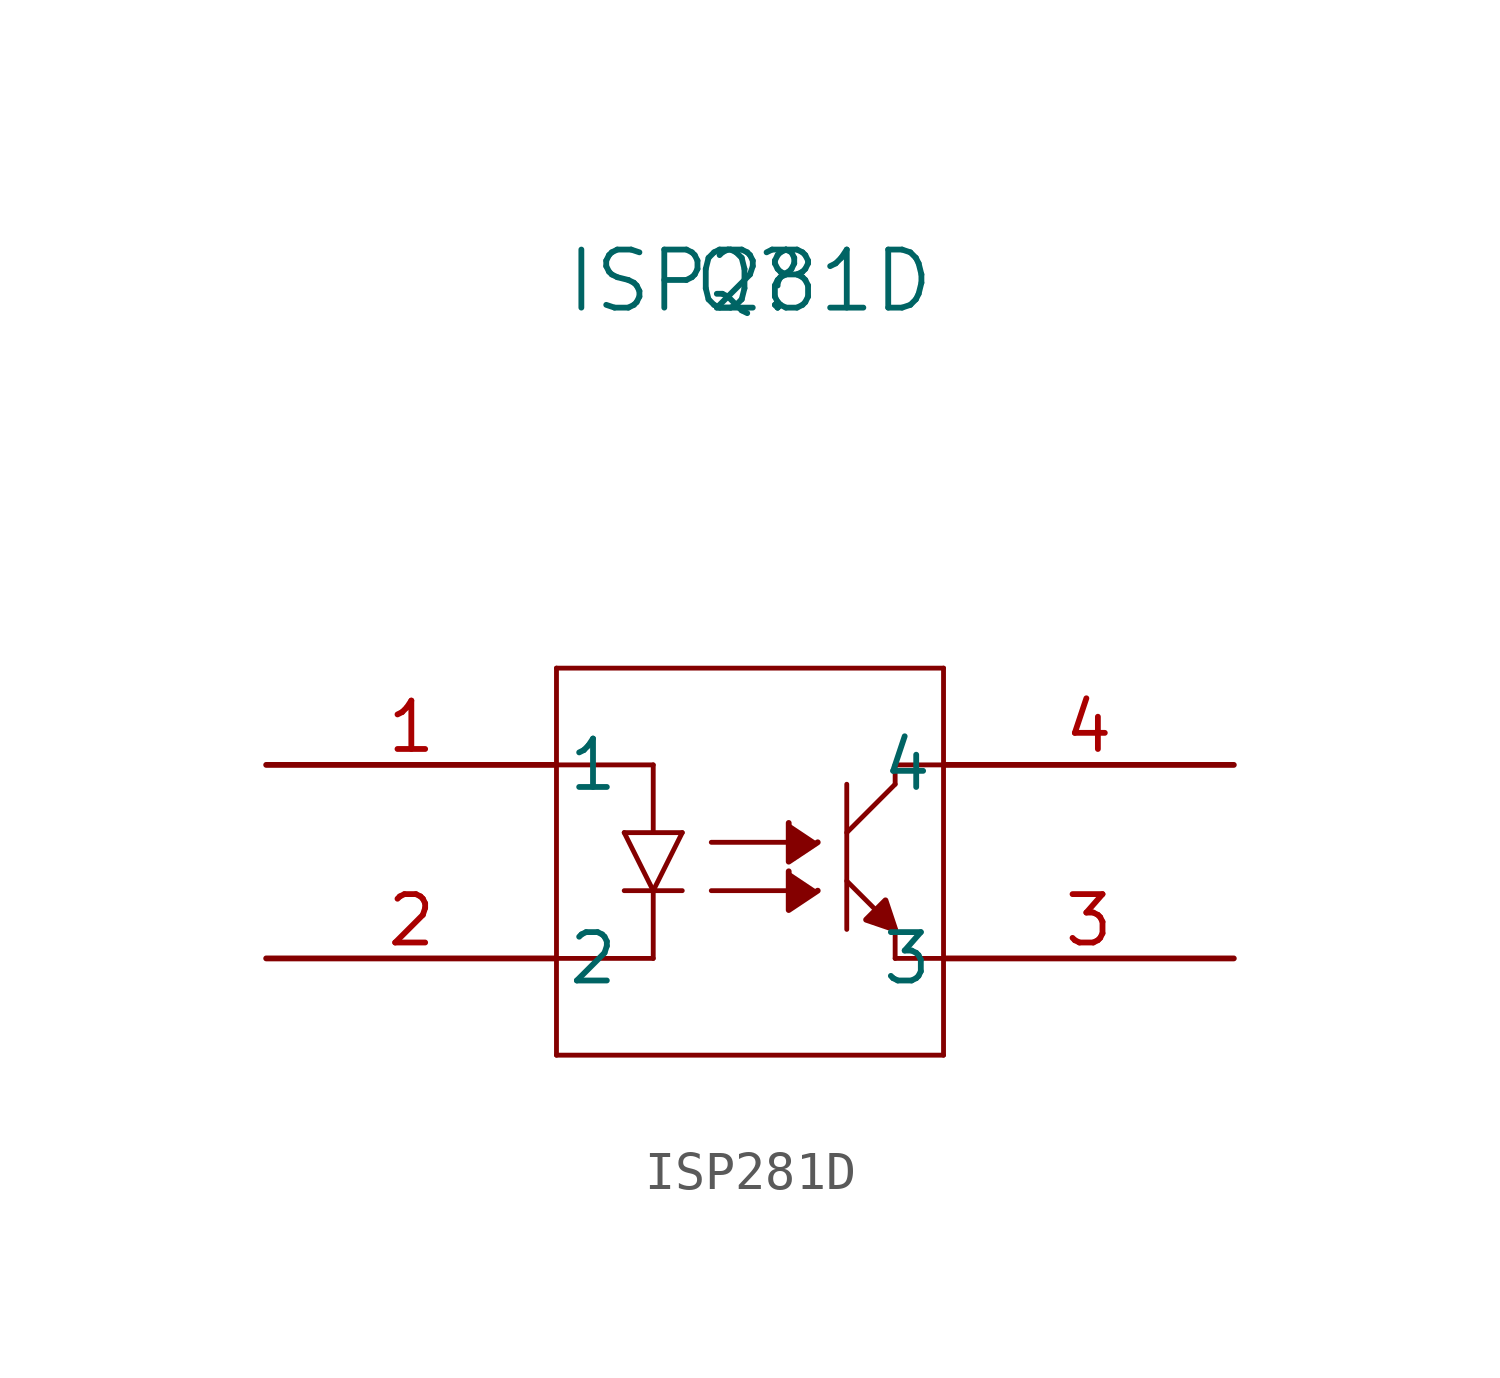
<source format=kicad_sym>
(kicad_symbol_lib
  (version 20211014)
  (generator kicad_symbol_editor)
  (symbol "ISP281D"
    (pin_names
      (offset 0.254))
    (property "Reference" "Q"
      (at 12.7 12.7 0)
      (effects (font (size 1.524 1.524))))
    (property "Value" "ISP281D"
      (at 12.7 12.7 0)
      (effects (font (size 1.524 1.524))))
    (symbol "ISP281D_0_1"
      (polyline (pts (xy 15.24 -4.318) (xy 15.24 -0.508)) (stroke (width 0.127) (type default) (color 0 0 0 0)) (fill (type none)))
      (polyline (pts (xy 15.24 -3.048) (xy 16.002 -3.81)) (stroke (width 0.127) (type default) (color 0 0 0 0)) (fill (type none)))
      (polyline (pts (xy 17.78 -5.08) (xy 16.51 -5.08)) (stroke (width 0.127) (type default) (color 0 0 0 0)) (fill (type none)))
      (polyline (pts (xy 17.78 2.54) (xy 17.78 -7.62)) (stroke (width 0.127) (type default) (color 0 0 0 0)) (fill (type none)))
      (polyline (pts (xy 16.51 -4.318) (xy 16.51 -5.08)) (stroke (width 0.127) (type default) (color 0 0 0 0)) (fill (type none)))
      (polyline (pts (xy 7.62 -7.62) (xy 17.78 -7.62)) (stroke (width 0.127) (type default) (color 0 0 0 0)) (fill (type none)))
      (polyline (pts (xy 15.24 -1.778) (xy 16.51 -0.508)) (stroke (width 0.127) (type default) (color 0 0 0 0)) (fill (type none)))
      (polyline (pts (xy 16.51 -0.508) (xy 16.51 0)) (stroke (width 0.127) (type default) (color 0 0 0 0)) (fill (type none)))
      (polyline (pts (xy 16.51 0) (xy 17.78 0)) (stroke (width 0.127) (type default) (color 0 0 0 0)) (fill (type none)))
      (polyline (pts (xy 7.62 -7.62) (xy 7.62 2.54)) (stroke (width 0.127) (type default) (color 0 0 0 0)) (fill (type none)))
      (polyline (pts (xy 10.16 0) (xy 7.62 0)) (stroke (width 0.127) (type default) (color 0 0 0 0)) (fill (type none)))
      (polyline (pts (xy 17.78 2.54) (xy 7.62 2.54)) (stroke (width 0.127) (type default) (color 0 0 0 0)) (fill (type none)))
      (polyline (pts (xy 9.398 -3.302) (xy 10.922 -3.302)) (stroke (width 0.127) (type default) (color 0 0 0 0)) (fill (type none)))
      (polyline (pts (xy 10.16 -3.302) (xy 10.922 -1.778)) (stroke (width 0.127) (type default) (color 0 0 0 0)) (fill (type none)))
      (polyline (pts (xy 10.922 -1.778) (xy 9.398 -1.778)) (stroke (width 0.127) (type default) (color 0 0 0 0)) (fill (type none)))
      (polyline (pts (xy 9.398 -1.778) (xy 10.16 -3.302)) (stroke (width 0.127) (type default) (color 0 0 0 0)) (fill (type none)))
      (polyline (pts (xy 10.16 -5.08) (xy 7.62 -5.08)) (stroke (width 0.127) (type default) (color 0 0 0 0)) (fill (type none)))
      (polyline (pts (xy 10.16 0) (xy 10.16 -1.778)) (stroke (width 0.127) (type default) (color 0 0 0 0)) (fill (type none)))
      (polyline (pts (xy 10.16 -3.302) (xy 10.16 -5.08)) (stroke (width 0.127) (type default) (color 0 0 0 0)) (fill (type none)))
      (polyline (pts (xy 11.684 -2.032) (xy 13.716 -2.032)) (stroke (width 0.127) (type default) (color 0 0 0 0)) (fill (type none)))
      (polyline (pts (xy 16.472 -4.311) (xy 15.748 -4.064) (xy 16.256 -3.556) (xy 16.51 -4.318)) (stroke (width 0) (type default) (color 0 0 0 0)) (fill (type outline)))
      (polyline (pts (xy 11.684 -3.302) (xy 13.716 -3.302)) (stroke (width 0.127) (type default) (color 0 0 0 0)) (fill (type none)))
      (polyline (pts (xy 13.716 -1.524) (xy 13.716 -2.54) (xy 14.478 -2.032)) (stroke (width 0) (type default) (color 0 0 0 0)) (fill (type outline)))
      (polyline (pts (xy 13.716 -2.794) (xy 13.716 -3.81) (xy 14.478 -3.302)) (stroke (width 0) (type default) (color 0 0 0 0)) (fill (type outline)))
      (pin unspecified line (at 0 0 0) (length 7.62) (name "1" (effects (font (size 1.27 1.27)))) (number "1" (effects (font (size 1.27 1.27)))))
      (pin unspecified line (at 0 -5.08 0) (length 7.62) (name "2" (effects (font (size 1.27 1.27)))) (number "2" (effects (font (size 1.27 1.27)))))
      (pin unspecified line (at 25.4 -5.08 180) (length 7.62) (name "3" (effects (font (size 1.27 1.27)))) (number "3" (effects (font (size 1.27 1.27)))))
      (pin unspecified line (at 25.4 0 180) (length 7.62) (name "4" (effects (font (size 1.27 1.27)))) (number "4" (effects (font (size 1.27 1.27))))))))
</source>
